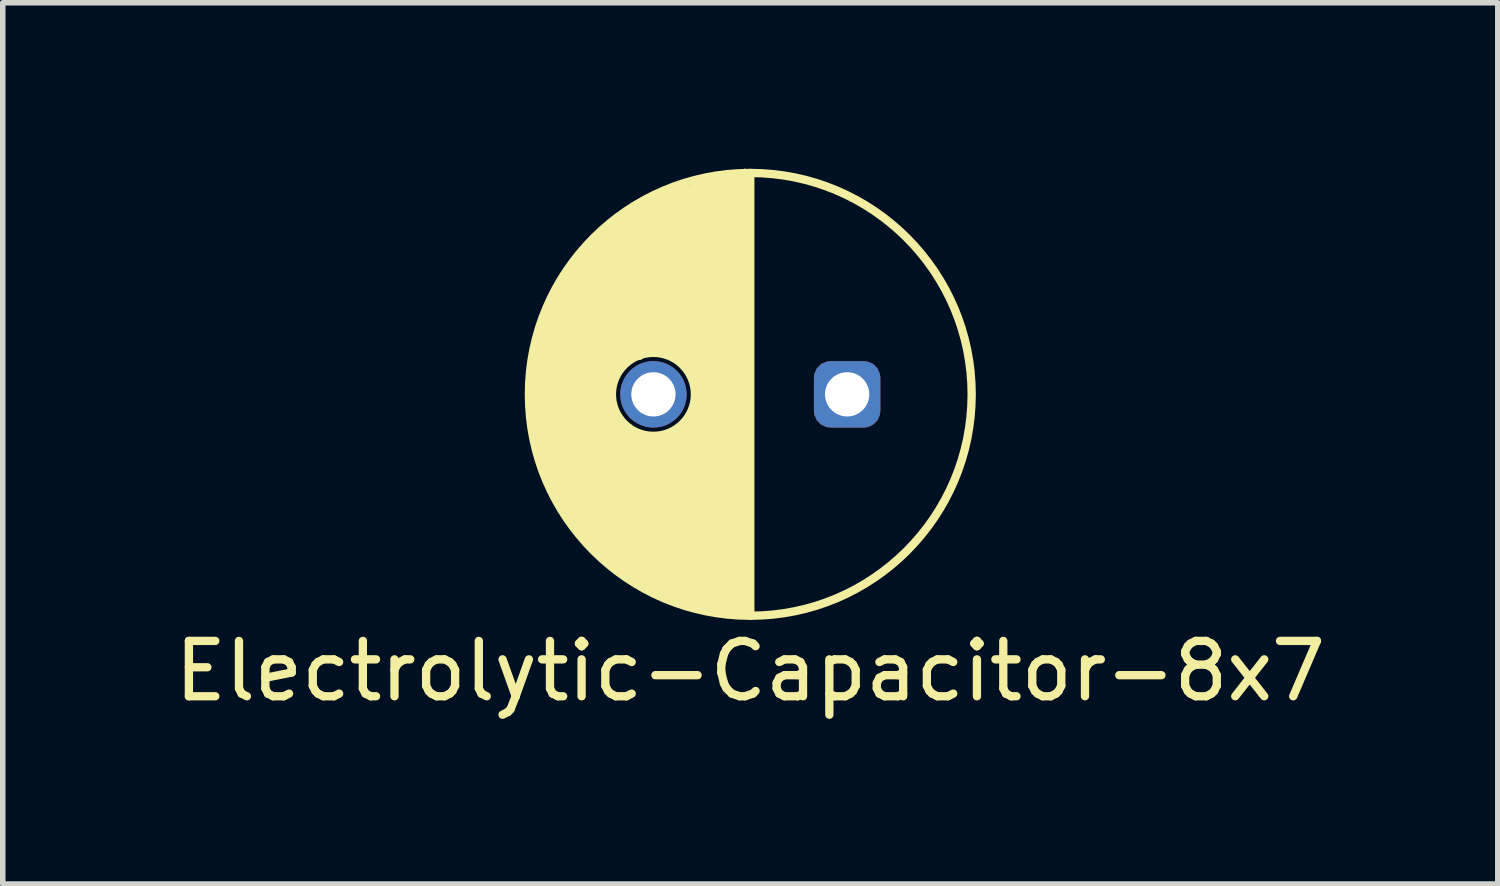
<source format=kicad_pcb>
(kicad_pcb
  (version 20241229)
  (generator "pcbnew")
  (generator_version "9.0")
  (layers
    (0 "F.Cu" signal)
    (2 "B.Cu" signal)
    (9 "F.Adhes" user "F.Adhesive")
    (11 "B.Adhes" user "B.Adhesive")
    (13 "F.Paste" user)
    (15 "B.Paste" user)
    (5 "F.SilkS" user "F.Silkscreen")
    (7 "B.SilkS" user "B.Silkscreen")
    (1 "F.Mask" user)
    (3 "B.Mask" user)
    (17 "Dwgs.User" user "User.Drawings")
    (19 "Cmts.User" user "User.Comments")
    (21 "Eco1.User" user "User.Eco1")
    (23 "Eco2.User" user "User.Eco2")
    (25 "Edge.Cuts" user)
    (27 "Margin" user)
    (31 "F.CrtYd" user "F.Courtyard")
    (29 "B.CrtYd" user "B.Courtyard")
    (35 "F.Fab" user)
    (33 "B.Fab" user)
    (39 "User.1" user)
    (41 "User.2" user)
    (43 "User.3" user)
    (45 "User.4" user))
  (footprint "Electrolytic-Capacitor-8x7"
    (layer "F.Cu")
    (at 10.506 4.075)
    (property "Reference" "Electrolytic-Capacitor-8x7" (at 0 5 0) (layer "F.SilkS") (effects (font (size 1 1) (thickness 0.15))))
    (attr through_hole)
    (fp_line (start -3.9 0.7) (end -3.9 -0.6) (stroke (width 0.15) (type solid)) (layer "F.SilkS"))
    (fp_line (start -3.8 -1.1) (end -3.8 1.1) (stroke (width 0.15) (type solid)) (layer "F.SilkS"))
    (fp_line (start -3.8 1.1) (end -3.9 0.7) (stroke (width 0.15) (type solid)) (layer "F.SilkS"))
    (fp_line (start -3.7 -1.4) (end -3.8 -1.1) (stroke (width 0.15) (type solid)) (layer "F.SilkS"))
    (fp_line (start -3.7 1.3) (end -3.7 -1.4) (stroke (width 0.15) (type solid)) (layer "F.SilkS"))
    (fp_line (start -3.6 -1.6) (end -3.6 1.6) (stroke (width 0.15) (type solid)) (layer "F.SilkS"))
    (fp_line (start -3.6 1.6) (end -3.7 1.3) (stroke (width 0.15) (type solid)) (layer "F.SilkS"))
    (fp_line (start -3.5 -1.8) (end -3.6 -1.6) (stroke (width 0.15) (type solid)) (layer "F.SilkS"))
    (fp_line (start -3.5 1.7) (end -3.5 -1.8) (stroke (width 0.15) (type solid)) (layer "F.SilkS"))
    (fp_line (start -3.4 -2) (end -3.4 2) (stroke (width 0.15) (type solid)) (layer "F.SilkS"))
    (fp_line (start -3.4 2) (end -3.5 1.7) (stroke (width 0.15) (type solid)) (layer "F.SilkS"))
    (fp_line (start -3.3 -2.1) (end -3.4 -2) (stroke (width 0.15) (type solid)) (layer "F.SilkS"))
    (fp_line (start -3.3 2.2) (end -3.3 -2.1) (stroke (width 0.15) (type solid)) (layer "F.SilkS"))
    (fp_line (start -3.2 -2.2) (end -3.2 2.3) (stroke (width 0.15) (type solid)) (layer "F.SilkS"))
    (fp_line (start -3.2 2.3) (end -3.3 2.2) (stroke (width 0.15) (type solid)) (layer "F.SilkS"))
    (fp_line (start -3.1 -2.4) (end -3.2 -2.2) (stroke (width 0.15) (type solid)) (layer "F.SilkS"))
    (fp_line (start -3.1 2.3) (end -3.1 -2.4) (stroke (width 0.15) (type solid)) (layer "F.SilkS"))
    (fp_line (start -3 -2.5) (end -3 2.5) (stroke (width 0.15) (type solid)) (layer "F.SilkS"))
    (fp_line (start -3 2.5) (end -3.1 2.3) (stroke (width 0.15) (type solid)) (layer "F.SilkS"))
    (fp_line (start -2.9 -2.7) (end -3 -2.5) (stroke (width 0.15) (type solid)) (layer "F.SilkS"))
    (fp_line (start -2.9 2.6) (end -2.9 -2.7) (stroke (width 0.15) (type solid)) (layer "F.SilkS"))
    (fp_line (start -2.8 -2.7) (end -2.8 2.7) (stroke (width 0.15) (type solid)) (layer "F.SilkS"))
    (fp_line (start -2.8 2.7) (end -2.9 2.6) (stroke (width 0.15) (type solid)) (layer "F.SilkS"))
    (fp_line (start -2.7 -2.8) (end -2.8 -2.7) (stroke (width 0.15) (type solid)) (layer "F.SilkS"))
    (fp_line (start -2.7 2.9) (end -2.7 -2.8) (stroke (width 0.15) (type solid)) (layer "F.SilkS"))
    (fp_line (start -2.6 -2.9) (end -2.6 2.9) (stroke (width 0.15) (type solid)) (layer "F.SilkS"))
    (fp_line (start -2.6 2.9) (end -2.5 3.1) (stroke (width 0.15) (type solid)) (layer "F.SilkS"))
    (fp_line (start -2.5 -3) (end -2.6 -2.9) (stroke (width 0.15) (type solid)) (layer "F.SilkS"))
    (fp_line (start -2.5 -0.3) (end -2.5 -3) (stroke (width 0.15) (type solid)) (layer "F.SilkS"))
    (fp_line (start -2.5 0.3) (end -2.4 0.4) (stroke (width 0.15) (type solid)) (layer "F.SilkS"))
    (fp_line (start -2.5 3.1) (end -2.5 0.3) (stroke (width 0.15) (type solid)) (layer "F.SilkS"))
    (fp_line (start -2.4 -3.1) (end -2.4 -0.4) (stroke (width 0.15) (type solid)) (layer "F.SilkS"))
    (fp_line (start -2.4 -0.4) (end -2.5 -0.3) (stroke (width 0.15) (type solid)) (layer "F.SilkS"))
    (fp_line (start -2.4 0.4) (end -2.4 3.1) (stroke (width 0.15) (type solid)) (layer "F.SilkS"))
    (fp_line (start -2.4 3.1) (end -2.3 3.2) (stroke (width 0.15) (type solid)) (layer "F.SilkS"))
    (fp_line (start -2.3 -3.2) (end -2.4 -3.1) (stroke (width 0.15) (type solid)) (layer "F.SilkS"))
    (fp_line (start -2.3 -0.6) (end -2.3 -3.2) (stroke (width 0.15) (type solid)) (layer "F.SilkS"))
    (fp_line (start -2.3 0.6) (end -2.2 0.7) (stroke (width 0.15) (type solid)) (layer "F.SilkS"))
    (fp_line (start -2.3 3.2) (end -2.3 0.6) (stroke (width 0.15) (type solid)) (layer "F.SilkS"))
    (fp_line (start -2.2 -3.2) (end -2.2 -0.7) (stroke (width 0.15) (type solid)) (layer "F.SilkS"))
    (fp_line (start -2.2 -0.7) (end -2.3 -0.6) (stroke (width 0.15) (type solid)) (layer "F.SilkS"))
    (fp_line (start -2.2 0.7) (end -2.2 3.2) (stroke (width 0.15) (type solid)) (layer "F.SilkS"))
    (fp_line (start -2.2 3.2) (end -2.1 3.3) (stroke (width 0.15) (type solid)) (layer "F.SilkS"))
    (fp_line (start -2.1 -3.3) (end -2.2 -3.2) (stroke (width 0.15) (type solid)) (layer "F.SilkS"))
    (fp_line (start -2.1 -0.7) (end -2.1 -3.3) (stroke (width 0.15) (type solid)) (layer "F.SilkS"))
    (fp_line (start -2.1 0.8) (end -2 0.8) (stroke (width 0.15) (type solid)) (layer "F.SilkS"))
    (fp_line (start -2.1 3.3) (end -2.1 0.8) (stroke (width 0.15) (type solid)) (layer "F.SilkS"))
    (fp_line (start -2 -3.4) (end -2 -0.7) (stroke (width 0.15) (type solid)) (layer "F.SilkS"))
    (fp_line (start -2 -0.7) (end -2.1 -0.7) (stroke (width 0.15) (type solid)) (layer "F.SilkS"))
    (fp_line (start -2 0.8) (end -2 3.4) (stroke (width 0.15) (type solid)) (layer "F.SilkS"))
    (fp_line (start -2 3.4) (end -1.9 3.4) (stroke (width 0.15) (type solid)) (layer "F.SilkS"))
    (fp_line (start -1.9 -3.4) (end -2 -3.4) (stroke (width 0.15) (type solid)) (layer "F.SilkS"))
    (fp_line (start -1.9 -0.8) (end -1.9 -3.4) (stroke (width 0.15) (type solid)) (layer "F.SilkS"))
    (fp_line (start -1.9 0.8) (end -1.8 0.8) (stroke (width 0.15) (type solid)) (layer "F.SilkS"))
    (fp_line (start -1.9 3.4) (end -1.9 0.8) (stroke (width 0.15) (type solid)) (layer "F.SilkS"))
    (fp_line (start -1.8 -3.5) (end -1.8 -0.8) (stroke (width 0.15) (type solid)) (layer "F.SilkS"))
    (fp_line (start -1.8 -0.8) (end -1.9 -0.8) (stroke (width 0.15) (type solid)) (layer "F.SilkS"))
    (fp_line (start -1.8 0.8) (end -1.8 3.5) (stroke (width 0.15) (type solid)) (layer "F.SilkS"))
    (fp_line (start -1.8 3.5) (end -1.7 3.6) (stroke (width 0.15) (type solid)) (layer "F.SilkS"))
    (fp_line (start -1.7 -3.6) (end -1.8 -3.5) (stroke (width 0.15) (type solid)) (layer "F.SilkS"))
    (fp_line (start -1.7 -0.8) (end -1.7 -3.6) (stroke (width 0.15) (type solid)) (layer "F.SilkS"))
    (fp_line (start -1.7 0.8) (end -1.6 0.8) (stroke (width 0.15) (type solid)) (layer "F.SilkS"))
    (fp_line (start -1.7 3.6) (end -1.7 0.8) (stroke (width 0.15) (type solid)) (layer "F.SilkS"))
    (fp_line (start -1.6 -3.6) (end -1.6 -0.8) (stroke (width 0.15) (type solid)) (layer "F.SilkS"))
    (fp_line (start -1.6 -0.8) (end -1.7 -0.8) (stroke (width 0.15) (type solid)) (layer "F.SilkS"))
    (fp_line (start -1.6 0.8) (end -1.6 3.6) (stroke (width 0.15) (type solid)) (layer "F.SilkS"))
    (fp_line (start -1.6 3.6) (end -1.5 3.6) (stroke (width 0.15) (type solid)) (layer "F.SilkS"))
    (fp_line (start -1.5 -3.6) (end -1.6 -3.6) (stroke (width 0.15) (type solid)) (layer "F.SilkS"))
    (fp_line (start -1.5 -0.8) (end -1.5 -3.6) (stroke (width 0.15) (type solid)) (layer "F.SilkS"))
    (fp_line (start -1.5 0.8) (end -1.4 0.7) (stroke (width 0.15) (type solid)) (layer "F.SilkS"))
    (fp_line (start -1.5 3.6) (end -1.5 0.8) (stroke (width 0.15) (type solid)) (layer "F.SilkS"))
    (fp_line (start -1.4 -3.6) (end -1.4 -0.8) (stroke (width 0.15) (type solid)) (layer "F.SilkS"))
    (fp_line (start -1.4 -0.8) (end -1.5 -0.8) (stroke (width 0.15) (type solid)) (layer "F.SilkS"))
    (fp_line (start -1.4 0.7) (end -1.4 3.7) (stroke (width 0.15) (type solid)) (layer "F.SilkS"))
    (fp_line (start -1.3 -3.7) (end -1.4 -3.6) (stroke (width 0.15) (type solid)) (layer "F.SilkS"))
    (fp_line (start -1.3 -0.7) (end -1.3 -3.7) (stroke (width 0.15) (type solid)) (layer "F.SilkS"))
    (fp_line (start -1.3 0.7) (end -1.2 0.6) (stroke (width 0.15) (type solid)) (layer "F.SilkS"))
    (fp_line (start -1.3 3.7) (end -1.3 0.7) (stroke (width 0.15) (type solid)) (layer "F.SilkS"))
    (fp_line (start -1.2 -3.7) (end -1.2 -0.6) (stroke (width 0.15) (type solid)) (layer "F.SilkS"))
    (fp_line (start -1.2 -0.6) (end -1.3 -0.7) (stroke (width 0.15) (type solid)) (layer "F.SilkS"))
    (fp_line (start -1.2 0.6) (end -1.2 3.7) (stroke (width 0.15) (type solid)) (layer "F.SilkS"))
    (fp_line (start -1.2 3.7) (end -1.1 3.8) (stroke (width 0.15) (type solid)) (layer "F.SilkS"))
    (fp_line (start -1.1 -3.7) (end -1.2 -3.7) (stroke (width 0.15) (type solid)) (layer "F.SilkS"))
    (fp_line (start -1.1 -0.6) (end -1.1 -3.7) (stroke (width 0.15) (type solid)) (layer "F.SilkS"))
    (fp_line (start -1.1 0.5) (end -1 0.4) (stroke (width 0.15) (type solid)) (layer "F.SilkS"))
    (fp_line (start -1.1 3.8) (end -1.1 0.5) (stroke (width 0.15) (type solid)) (layer "F.SilkS"))
    (fp_line (start -1 -3.8) (end -1 -0.3) (stroke (width 0.15) (type solid)) (layer "F.SilkS"))
    (fp_line (start -1 -0.3) (end -1.1 -0.6) (stroke (width 0.15) (type solid)) (layer "F.SilkS"))
    (fp_line (start -1 0.4) (end -1 0.3) (stroke (width 0.15) (type solid)) (layer "F.SilkS"))
    (fp_line (start -1 0.5) (end -1 3.8) (stroke (width 0.15) (type solid)) (layer "F.SilkS"))
    (fp_line (start -0.9 -3.8) (end -1 -3.8) (stroke (width 0.15) (type solid)) (layer "F.SilkS"))
    (fp_line (start -0.9 3.8) (end -0.9 -3.8) (stroke (width 0.15) (type solid)) (layer "F.SilkS"))
    (fp_line (start -0.8 -3.8) (end -0.8 3.8) (stroke (width 0.15) (type solid)) (layer "F.SilkS"))
    (fp_line (start -0.8 3.8) (end -0.9 3.8) (stroke (width 0.15) (type solid)) (layer "F.SilkS"))
    (fp_line (start -0.7 -3.8) (end -0.8 -3.8) (stroke (width 0.15) (type solid)) (layer "F.SilkS"))
    (fp_line (start -0.7 3.9) (end -0.7 -3.8) (stroke (width 0.15) (type solid)) (layer "F.SilkS"))
    (fp_line (start -0.6 -3.9) (end -0.6 3.9) (stroke (width 0.15) (type solid)) (layer "F.SilkS"))
    (fp_line (start -0.6 3.9) (end -0.7 3.9) (stroke (width 0.15) (type solid)) (layer "F.SilkS"))
    (fp_line (start -0.5 -3.9) (end -0.6 -3.9) (stroke (width 0.15) (type solid)) (layer "F.SilkS"))
    (fp_line (start -0.5 3.9) (end -0.5 -3.9) (stroke (width 0.15) (type solid)) (layer "F.SilkS"))
    (fp_line (start -0.4 -3.9) (end -0.4 3.9) (stroke (width 0.15) (type solid)) (layer "F.SilkS"))
    (fp_line (start -0.4 3.9) (end -0.5 3.9) (stroke (width 0.15) (type solid)) (layer "F.SilkS"))
    (fp_line (start -0.3 -3.9) (end -0.3 3.9) (stroke (width 0.15) (type solid)) (layer "F.SilkS"))
    (fp_line (start -0.3 3.9) (end -0.4 3.9) (stroke (width 0.15) (type solid)) (layer "F.SilkS"))
    (fp_line (start -0.2 -3.9) (end -0.3 -3.9) (stroke (width 0.15) (type solid)) (layer "F.SilkS"))
    (fp_line (start -0.2 3.9) (end -0.2 -3.9) (stroke (width 0.15) (type solid)) (layer "F.SilkS"))
    (fp_line (start -0.1 -4) (end -0.2 -3.9) (stroke (width 0.15) (type solid)) (layer "F.SilkS"))
    (fp_line (start -0.1 3.9) (end -0.1 -4) (stroke (width 0.15) (type solid)) (layer "F.SilkS"))
    (fp_line (start 0 4) (end 0 -4) (stroke (width 0.15) (type solid)) (layer "F.SilkS"))
    (fp_circle (center -1.75 0) (end -1 0) (stroke (width 0.15) (type solid)) (fill no) (layer "F.SilkS"))
    (fp_circle (center 0 0) (end 4 0) (stroke (width 0.15) (type solid)) (fill no) (layer "F.SilkS"))
    (pad "A" thru_hole roundrect (at 1.75 0) (size 1.2 1.2) (drill 0.8) (layers "*.Cu" "*.Mask") (roundrect_rratio 0.25))
    (pad "K" thru_hole circle (at -1.75 0) (size 1.2 1.2) (drill 0.8) (layers "*.Cu" "*.Mask")))
  (gr_rect
    (start -3 -3)
    (end 24.012 12.923)
    (stroke (width 0.1) (type default))
    (fill no)
    (layer "Edge.Cuts")))
</source>
